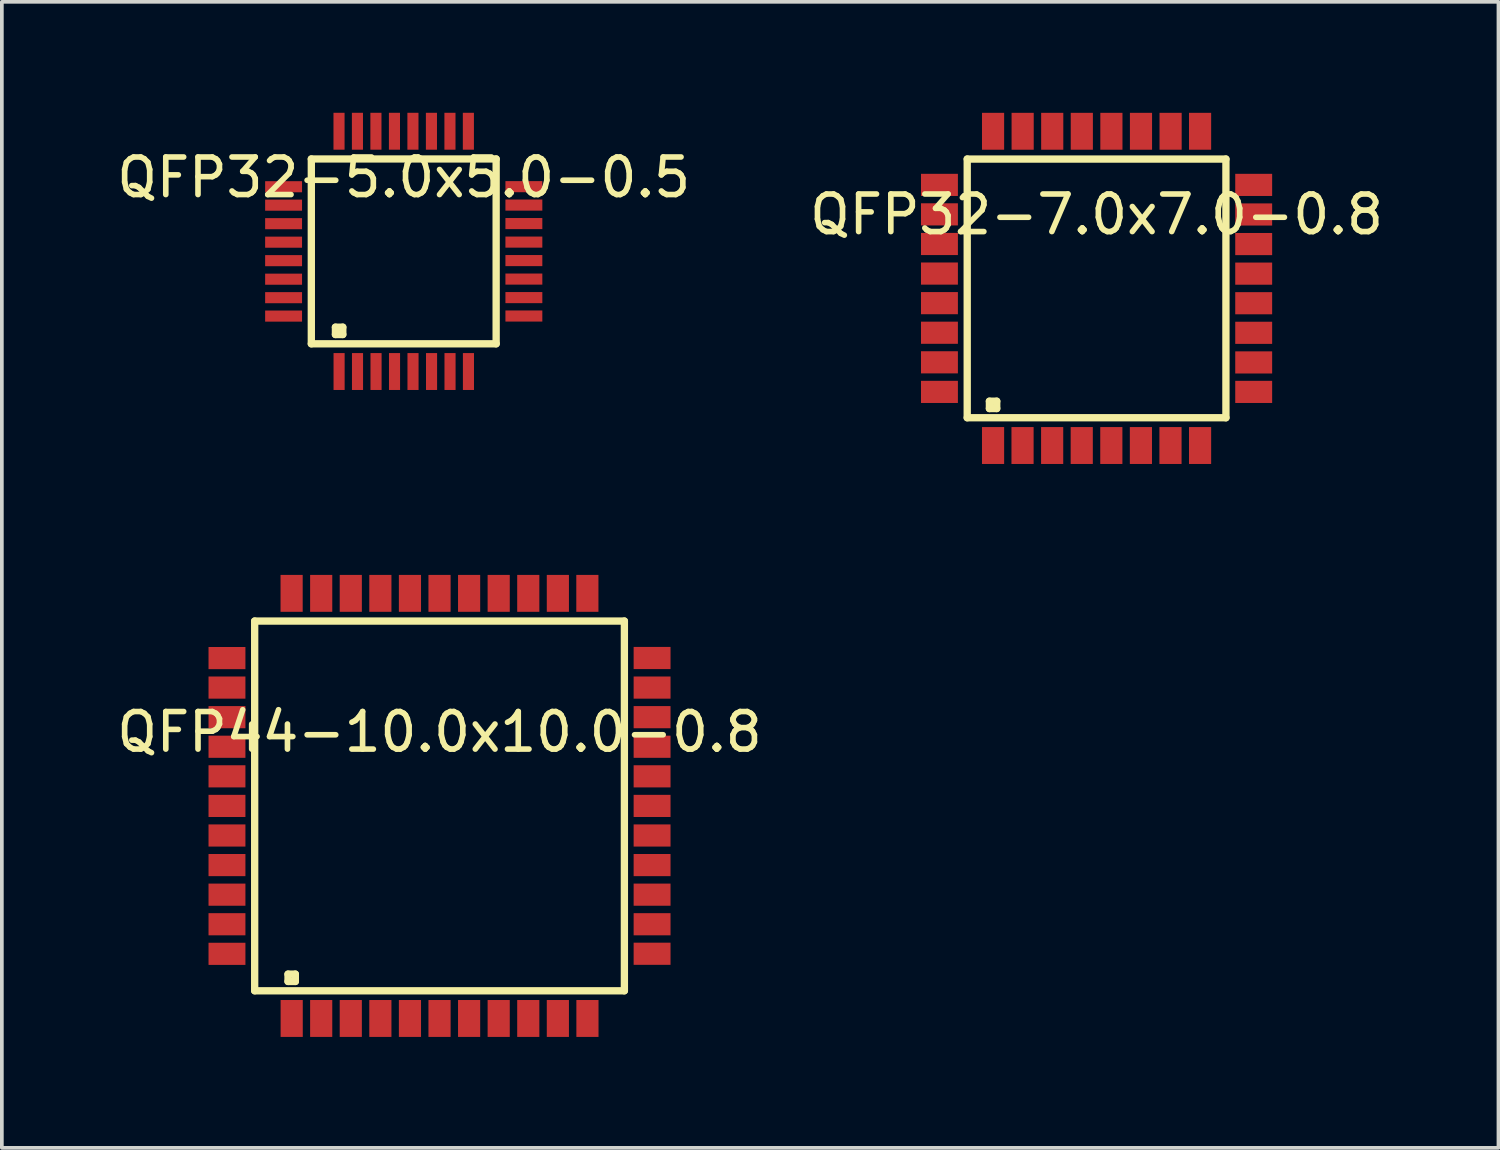
<source format=kicad_pcb>
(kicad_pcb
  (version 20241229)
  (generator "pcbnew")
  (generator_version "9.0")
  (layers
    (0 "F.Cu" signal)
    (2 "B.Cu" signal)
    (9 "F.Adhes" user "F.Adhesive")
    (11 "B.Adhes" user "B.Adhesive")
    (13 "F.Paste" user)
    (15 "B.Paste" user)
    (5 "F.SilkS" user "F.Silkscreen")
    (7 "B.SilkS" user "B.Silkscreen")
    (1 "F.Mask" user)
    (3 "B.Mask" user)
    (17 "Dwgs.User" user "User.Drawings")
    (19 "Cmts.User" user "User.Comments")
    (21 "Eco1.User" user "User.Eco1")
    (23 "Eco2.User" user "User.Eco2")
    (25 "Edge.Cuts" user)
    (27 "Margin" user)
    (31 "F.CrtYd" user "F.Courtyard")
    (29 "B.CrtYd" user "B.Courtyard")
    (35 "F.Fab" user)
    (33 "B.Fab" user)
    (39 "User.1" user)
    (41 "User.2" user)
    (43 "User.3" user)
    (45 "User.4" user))
  (footprint "QFP32-7.0x7.0-0.8"
    (layer "F.Cu")
    (at 26.604 4.749)
    (property "Reference" "QFP32-7.0x7.0-0.8" (at 0 -1.999 0) (layer "F.SilkS") (effects (font (size 1.016 1.016) (thickness 0.152))))
    (attr through_hole)
    (fp_line (start -3.498 -3.498) (end 3.498 -3.498) (stroke (width 0.198) (type solid)) (layer "F.SilkS"))
    (fp_line (start -3.498 3.498) (end -3.498 -3.498) (stroke (width 0.198) (type solid)) (layer "F.SilkS"))
    (fp_line (start -2.898 3.051) (end -2.7 3.051) (stroke (width 0.198) (type solid)) (layer "F.SilkS"))
    (fp_line (start -2.898 3.249) (end -2.898 3.051) (stroke (width 0.198) (type solid)) (layer "F.SilkS"))
    (fp_line (start -2.7 3.051) (end -2.7 3.249) (stroke (width 0.198) (type solid)) (layer "F.SilkS"))
    (fp_line (start -2.7 3.249) (end -2.898 3.249) (stroke (width 0.198) (type solid)) (layer "F.SilkS"))
    (fp_line (start 3.498 -3.498) (end 3.498 3.498) (stroke (width 0.198) (type solid)) (layer "F.SilkS"))
    (fp_line (start 3.498 3.498) (end -3.498 3.498) (stroke (width 0.198) (type solid)) (layer "F.SilkS"))
    (pad "1" smd rect (at -2.799 4.249) (size 0.599 0.998) (layers "*.Mask" "F.Cu"))
    (pad "2" smd rect (at -2.002 4.249) (size 0.599 0.998) (layers "*.Mask" "F.Cu"))
    (pad "3" smd rect (at -1.201 4.249) (size 0.599 0.998) (layers "*.Mask" "F.Cu"))
    (pad "4" smd rect (at -0.401 4.249) (size 0.599 0.998) (layers "*.Mask" "F.Cu"))
    (pad "5" smd rect (at 0.399 4.249) (size 0.599 0.998) (layers "*.Mask" "F.Cu"))
    (pad "6" smd rect (at 1.199 4.249) (size 0.599 0.998) (layers "*.Mask" "F.Cu"))
    (pad "7" smd rect (at 1.999 4.249) (size 0.599 0.998) (layers "*.Mask" "F.Cu"))
    (pad "8" smd rect (at 2.799 4.249) (size 0.599 0.998) (layers "*.Mask" "F.Cu"))
    (pad "9" smd rect (at 4.249 2.799 90) (size 0.599 0.998) (layers "*.Mask" "F.Cu"))
    (pad "10" smd rect (at 4.249 2.002 90) (size 0.599 0.998) (layers "*.Mask" "F.Cu"))
    (pad "11" smd rect (at 4.249 1.201 90) (size 0.599 0.998) (layers "*.Mask" "F.Cu"))
    (pad "12" smd rect (at 4.249 0.401 90) (size 0.599 0.998) (layers "*.Mask" "F.Cu"))
    (pad "13" smd rect (at 4.249 -0.399 90) (size 0.599 0.998) (layers "*.Mask" "F.Cu"))
    (pad "14" smd rect (at 4.249 -1.199 90) (size 0.599 0.998) (layers "*.Mask" "F.Cu"))
    (pad "15" smd rect (at 4.249 -1.999 90) (size 0.599 0.998) (layers "*.Mask" "F.Cu"))
    (pad "16" smd rect (at 4.249 -2.799 90) (size 0.599 0.998) (layers "*.Mask" "F.Cu"))
    (pad "17" smd rect (at 2.799 -4.249) (size 0.599 0.998) (layers "*.Mask" "F.Cu"))
    (pad "18" smd rect (at 2.002 -4.249) (size 0.599 0.998) (layers "*.Mask" "F.Cu"))
    (pad "19" smd rect (at 1.201 -4.249) (size 0.599 0.998) (layers "*.Mask" "F.Cu"))
    (pad "20" smd rect (at 0.401 -4.249) (size 0.599 0.998) (layers "*.Mask" "F.Cu"))
    (pad "21" smd rect (at -0.399 -4.249) (size 0.599 0.998) (layers "*.Mask" "F.Cu"))
    (pad "22" smd rect (at -1.199 -4.249) (size 0.599 0.998) (layers "*.Mask" "F.Cu"))
    (pad "23" smd rect (at -1.999 -4.249) (size 0.599 0.998) (layers "*.Mask" "F.Cu"))
    (pad "24" smd rect (at -2.799 -4.249) (size 0.599 0.998) (layers "*.Mask" "F.Cu"))
    (pad "25" smd rect (at -4.249 -2.799 90) (size 0.599 0.998) (layers "*.Mask" "F.Cu"))
    (pad "26" smd rect (at -4.249 -2.002 90) (size 0.599 0.998) (layers "*.Mask" "F.Cu"))
    (pad "27" smd rect (at -4.249 -1.201 90) (size 0.599 0.998) (layers "*.Mask" "F.Cu"))
    (pad "28" smd rect (at -4.249 -0.401 90) (size 0.599 0.998) (layers "*.Mask" "F.Cu"))
    (pad "29" smd rect (at -4.249 0.399 90) (size 0.599 0.998) (layers "*.Mask" "F.Cu"))
    (pad "30" smd rect (at -4.249 1.199 90) (size 0.599 0.998) (layers "*.Mask" "F.Cu"))
    (pad "31" smd rect (at -4.249 1.999 90) (size 0.599 0.998) (layers "*.Mask" "F.Cu"))
    (pad "32" smd rect (at -4.249 2.799 90) (size 0.599 0.998) (layers "*.Mask" "F.Cu")))
  (footprint "QFP44-10.0x10.0-0.8"
    (layer "F.Cu")
    (at 8.836 18.744)
    (property "Reference" "QFP44-10.0x10.0-0.8" (at 0 -1.999 0) (layer "F.SilkS") (effects (font (size 1.016 1.016) (thickness 0.152))))
    (attr through_hole)
    (fp_line (start -4.999 -4.999) (end 4.999 -4.999) (stroke (width 0.198) (type solid)) (layer "F.SilkS"))
    (fp_line (start -4.999 4.999) (end -4.999 -4.999) (stroke (width 0.198) (type solid)) (layer "F.SilkS"))
    (fp_line (start -4.097 4.549) (end -3.899 4.549) (stroke (width 0.198) (type solid)) (layer "F.SilkS"))
    (fp_line (start -4.097 4.747) (end -4.097 4.549) (stroke (width 0.198) (type solid)) (layer "F.SilkS"))
    (fp_line (start -3.899 4.549) (end -3.899 4.747) (stroke (width 0.198) (type solid)) (layer "F.SilkS"))
    (fp_line (start -3.899 4.747) (end -4.097 4.747) (stroke (width 0.198) (type solid)) (layer "F.SilkS"))
    (fp_line (start 4.999 -4.999) (end 4.999 4.999) (stroke (width 0.198) (type solid)) (layer "F.SilkS"))
    (fp_line (start 4.999 4.999) (end -4.999 4.999) (stroke (width 0.198) (type solid)) (layer "F.SilkS"))
    (pad "1" smd rect (at -3.998 5.748) (size 0.599 0.998) (layers "*.Mask" "F.Cu"))
    (pad "2" smd rect (at -3.2 5.748) (size 0.599 0.998) (layers "*.Mask" "F.Cu"))
    (pad "3" smd rect (at -2.4 5.748) (size 0.599 0.998) (layers "*.Mask" "F.Cu"))
    (pad "4" smd rect (at -1.6 5.748) (size 0.599 0.998) (layers "*.Mask" "F.Cu"))
    (pad "5" smd rect (at -0.8 5.748) (size 0.599 0.998) (layers "*.Mask" "F.Cu"))
    (pad "6" smd rect (at 0 5.748) (size 0.599 0.998) (layers "*.Mask" "F.Cu"))
    (pad "7" smd rect (at 0.8 5.748) (size 0.599 0.998) (layers "*.Mask" "F.Cu"))
    (pad "8" smd rect (at 1.6 5.748) (size 0.599 0.998) (layers "*.Mask" "F.Cu"))
    (pad "9" smd rect (at 2.4 5.748) (size 0.599 0.998) (layers "*.Mask" "F.Cu"))
    (pad "10" smd rect (at 3.2 5.748) (size 0.599 0.998) (layers "*.Mask" "F.Cu"))
    (pad "11" smd rect (at 4 5.748) (size 0.599 0.998) (layers "*.Mask" "F.Cu"))
    (pad "12" smd rect (at 5.748 3.998 90) (size 0.599 0.998) (layers "*.Mask" "F.Cu"))
    (pad "13" smd rect (at 5.748 3.2 90) (size 0.599 0.998) (layers "*.Mask" "F.Cu"))
    (pad "14" smd rect (at 5.748 2.4 90) (size 0.599 0.998) (layers "*.Mask" "F.Cu"))
    (pad "15" smd rect (at 5.748 1.6 90) (size 0.599 0.998) (layers "*.Mask" "F.Cu"))
    (pad "16" smd rect (at 5.748 0.8 90) (size 0.599 0.998) (layers "*.Mask" "F.Cu"))
    (pad "17" smd rect (at 5.748 0 90) (size 0.599 0.998) (layers "*.Mask" "F.Cu"))
    (pad "18" smd rect (at 5.748 -0.8 90) (size 0.599 0.998) (layers "*.Mask" "F.Cu"))
    (pad "19" smd rect (at 5.748 -1.6 90) (size 0.599 0.998) (layers "*.Mask" "F.Cu"))
    (pad "20" smd rect (at 5.748 -2.4 90) (size 0.599 0.998) (layers "*.Mask" "F.Cu"))
    (pad "21" smd rect (at 5.748 -3.2 90) (size 0.599 0.998) (layers "*.Mask" "F.Cu"))
    (pad "22" smd rect (at 5.748 -4 90) (size 0.599 0.998) (layers "*.Mask" "F.Cu"))
    (pad "23" smd rect (at 3.998 -5.748) (size 0.599 0.998) (layers "*.Mask" "F.Cu"))
    (pad "24" smd rect (at 3.2 -5.748) (size 0.599 0.998) (layers "*.Mask" "F.Cu"))
    (pad "25" smd rect (at 2.4 -5.748) (size 0.599 0.998) (layers "*.Mask" "F.Cu"))
    (pad "26" smd rect (at 1.6 -5.748) (size 0.599 0.998) (layers "*.Mask" "F.Cu"))
    (pad "27" smd rect (at 0.8 -5.748) (size 0.599 0.998) (layers "*.Mask" "F.Cu"))
    (pad "28" smd rect (at 0 -5.748) (size 0.599 0.998) (layers "*.Mask" "F.Cu"))
    (pad "29" smd rect (at -0.8 -5.748) (size 0.599 0.998) (layers "*.Mask" "F.Cu"))
    (pad "30" smd rect (at -1.6 -5.748) (size 0.599 0.998) (layers "*.Mask" "F.Cu"))
    (pad "31" smd rect (at -2.4 -5.748) (size 0.599 0.998) (layers "*.Mask" "F.Cu"))
    (pad "32" smd rect (at -3.2 -5.748) (size 0.599 0.998) (layers "*.Mask" "F.Cu"))
    (pad "33" smd rect (at -4 -5.748) (size 0.599 0.998) (layers "*.Mask" "F.Cu"))
    (pad "34" smd rect (at -5.748 -3.998 90) (size 0.599 0.998) (layers "*.Mask" "F.Cu"))
    (pad "35" smd rect (at -5.748 -3.2 90) (size 0.599 0.998) (layers "*.Mask" "F.Cu"))
    (pad "36" smd rect (at -5.748 -2.4 90) (size 0.599 0.998) (layers "*.Mask" "F.Cu"))
    (pad "37" smd rect (at -5.748 -1.6 90) (size 0.599 0.998) (layers "*.Mask" "F.Cu"))
    (pad "38" smd rect (at -5.748 -0.8 90) (size 0.599 0.998) (layers "*.Mask" "F.Cu"))
    (pad "39" smd rect (at -5.748 0 90) (size 0.599 0.998) (layers "*.Mask" "F.Cu"))
    (pad "40" smd rect (at -5.748 0.8 90) (size 0.599 0.998) (layers "*.Mask" "F.Cu"))
    (pad "41" smd rect (at -5.748 1.6 90) (size 0.599 0.998) (layers "*.Mask" "F.Cu"))
    (pad "42" smd rect (at -5.748 2.4 90) (size 0.599 0.998) (layers "*.Mask" "F.Cu"))
    (pad "43" smd rect (at -5.748 3.2 90) (size 0.599 0.998) (layers "*.Mask" "F.Cu"))
    (pad "44" smd rect (at -5.748 4 90) (size 0.599 0.998) (layers "*.Mask" "F.Cu")))
  (footprint "QFP32-5.0x5.0-0.5"
    (layer "F.Cu")
    (at 7.868 3.748)
    (property "Reference" "QFP32-5.0x5.0-0.5" (at 0 -1.999 0) (layer "F.SilkS") (effects (font (size 1.016 1.016) (thickness 0.152))))
    (attr through_hole)
    (fp_line (start -2.499 -2.499) (end 2.499 -2.499) (stroke (width 0.198) (type solid)) (layer "F.SilkS"))
    (fp_line (start -2.499 2.499) (end -2.499 -2.499) (stroke (width 0.198) (type solid)) (layer "F.SilkS"))
    (fp_line (start -1.847 2.05) (end -1.648 2.05) (stroke (width 0.198) (type solid)) (layer "F.SilkS"))
    (fp_line (start -1.847 2.248) (end -1.847 2.05) (stroke (width 0.198) (type solid)) (layer "F.SilkS"))
    (fp_line (start -1.648 2.05) (end -1.648 2.248) (stroke (width 0.198) (type solid)) (layer "F.SilkS"))
    (fp_line (start -1.648 2.248) (end -1.847 2.248) (stroke (width 0.198) (type solid)) (layer "F.SilkS"))
    (fp_line (start 2.499 -2.499) (end 2.499 2.499) (stroke (width 0.198) (type solid)) (layer "F.SilkS"))
    (fp_line (start 2.499 2.499) (end -2.499 2.499) (stroke (width 0.198) (type solid)) (layer "F.SilkS"))
    (pad "1" smd rect (at -1.748 3.249) (size 0.3 0.998) (layers "*.Mask" "F.Cu"))
    (pad "2" smd rect (at -1.25 3.249) (size 0.3 0.998) (layers "*.Mask" "F.Cu"))
    (pad "3" smd rect (at -0.749 3.249) (size 0.3 0.998) (layers "*.Mask" "F.Cu"))
    (pad "4" smd rect (at -0.249 3.249) (size 0.3 0.998) (layers "*.Mask" "F.Cu"))
    (pad "5" smd rect (at 0.251 3.249) (size 0.3 0.998) (layers "*.Mask" "F.Cu"))
    (pad "6" smd rect (at 0.752 3.249) (size 0.3 0.998) (layers "*.Mask" "F.Cu"))
    (pad "7" smd rect (at 1.252 3.249) (size 0.3 0.998) (layers "*.Mask" "F.Cu"))
    (pad "8" smd rect (at 1.75 3.249) (size 0.3 0.998) (layers "*.Mask" "F.Cu"))
    (pad "9" smd rect (at 3.249 1.748 90) (size 0.3 0.998) (layers "*.Mask" "F.Cu"))
    (pad "10" smd rect (at 3.249 1.25 90) (size 0.3 0.998) (layers "*.Mask" "F.Cu"))
    (pad "11" smd rect (at 3.249 0.749 90) (size 0.3 0.998) (layers "*.Mask" "F.Cu"))
    (pad "12" smd rect (at 3.249 0.249 90) (size 0.3 0.998) (layers "*.Mask" "F.Cu"))
    (pad "13" smd rect (at 3.249 -0.251 90) (size 0.3 0.998) (layers "*.Mask" "F.Cu"))
    (pad "14" smd rect (at 3.249 -0.752 90) (size 0.3 0.998) (layers "*.Mask" "F.Cu"))
    (pad "15" smd rect (at 3.249 -1.252 90) (size 0.3 0.998) (layers "*.Mask" "F.Cu"))
    (pad "16" smd rect (at 3.249 -1.75 90) (size 0.3 0.998) (layers "*.Mask" "F.Cu"))
    (pad "17" smd rect (at 1.748 -3.249) (size 0.3 0.998) (layers "*.Mask" "F.Cu"))
    (pad "18" smd rect (at 1.25 -3.249) (size 0.3 0.998) (layers "*.Mask" "F.Cu"))
    (pad "19" smd rect (at 0.749 -3.249) (size 0.3 0.998) (layers "*.Mask" "F.Cu"))
    (pad "20" smd rect (at 0.249 -3.249) (size 0.3 0.998) (layers "*.Mask" "F.Cu"))
    (pad "21" smd rect (at -0.251 -3.249) (size 0.3 0.998) (layers "*.Mask" "F.Cu"))
    (pad "22" smd rect (at -0.752 -3.249) (size 0.3 0.998) (layers "*.Mask" "F.Cu"))
    (pad "23" smd rect (at -1.252 -3.249) (size 0.3 0.998) (layers "*.Mask" "F.Cu"))
    (pad "24" smd rect (at -1.75 -3.249) (size 0.3 0.998) (layers "*.Mask" "F.Cu"))
    (pad "25" smd rect (at -3.249 -1.748 90) (size 0.3 0.998) (layers "*.Mask" "F.Cu"))
    (pad "26" smd rect (at -3.249 -1.25 90) (size 0.3 0.998) (layers "*.Mask" "F.Cu"))
    (pad "27" smd rect (at -3.249 -0.749 90) (size 0.3 0.998) (layers "*.Mask" "F.Cu"))
    (pad "28" smd rect (at -3.249 -0.249 90) (size 0.3 0.998) (layers "*.Mask" "F.Cu"))
    (pad "29" smd rect (at -3.249 0.251 90) (size 0.3 0.998) (layers "*.Mask" "F.Cu"))
    (pad "30" smd rect (at -3.249 0.752 90) (size 0.3 0.998) (layers "*.Mask" "F.Cu"))
    (pad "31" smd rect (at -3.249 1.252 90) (size 0.3 0.998) (layers "*.Mask" "F.Cu"))
    (pad "32" smd rect (at -3.249 1.75 90) (size 0.3 0.998) (layers "*.Mask" "F.Cu")))
  (gr_rect
    (start -3 -3)
    (end 37.472 27.991)
    (stroke (width 0.1) (type default))
    (fill no)
    (layer "Edge.Cuts")))
</source>
